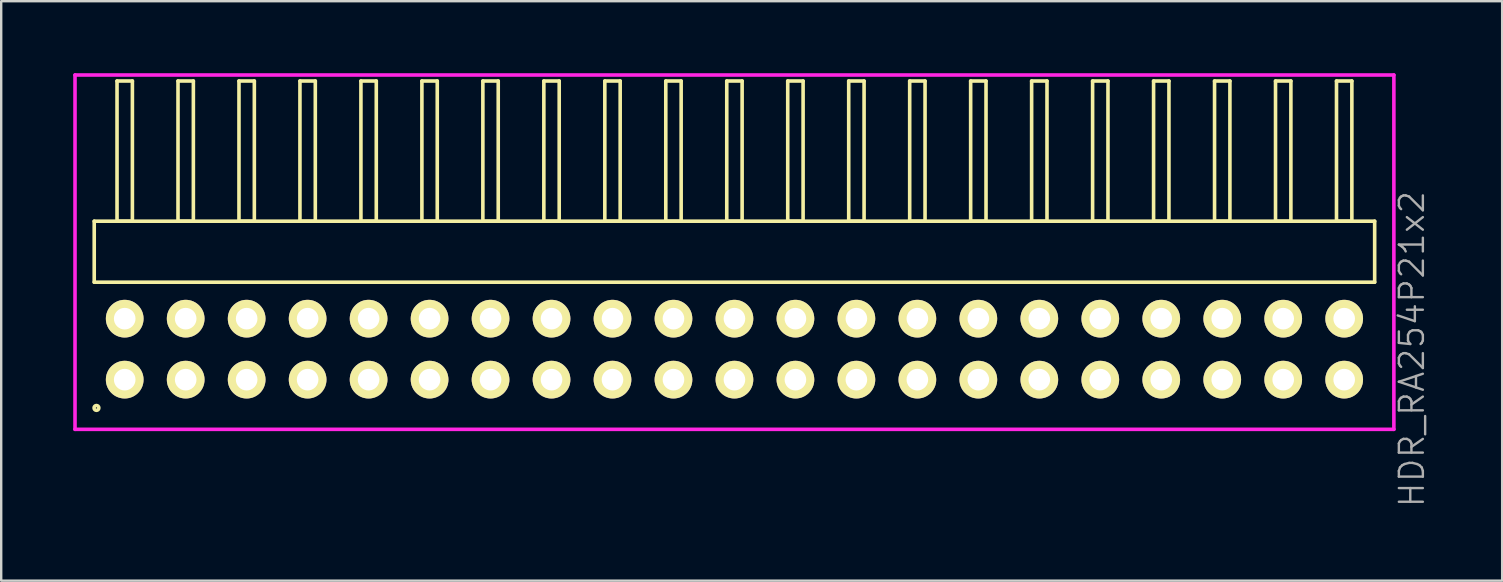
<source format=kicad_pcb>
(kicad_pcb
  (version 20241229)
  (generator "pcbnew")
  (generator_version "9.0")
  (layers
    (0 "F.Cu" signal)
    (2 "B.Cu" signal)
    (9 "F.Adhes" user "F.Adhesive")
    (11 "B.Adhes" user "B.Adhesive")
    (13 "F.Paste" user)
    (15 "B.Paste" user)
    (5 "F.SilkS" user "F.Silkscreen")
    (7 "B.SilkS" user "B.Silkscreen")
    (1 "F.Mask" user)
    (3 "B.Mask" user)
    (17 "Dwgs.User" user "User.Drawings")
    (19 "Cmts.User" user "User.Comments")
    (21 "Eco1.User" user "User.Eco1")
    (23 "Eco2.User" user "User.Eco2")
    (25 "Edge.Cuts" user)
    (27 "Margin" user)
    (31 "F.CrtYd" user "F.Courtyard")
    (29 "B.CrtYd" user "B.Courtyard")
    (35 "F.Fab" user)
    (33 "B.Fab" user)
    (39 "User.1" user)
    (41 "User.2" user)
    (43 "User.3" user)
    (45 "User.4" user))
  (footprint "HDR_RA254P21x2"
    (layer "F.Cu")
    (at 27.545 11.495)
    (property "Reference" "HDR_RA254P21x2" (at 28.22 0 90) (layer "F.Fab") (effects (font (size 1 1) (thickness 0.1))))
    (attr through_hole)
    (fp_line (start -26.67 -5.33) (end -26.67 -2.79) (stroke (width 0.15) (type solid)) (layer "F.SilkS"))
    (fp_line (start -26.67 -2.79) (end 26.67 -2.79) (stroke (width 0.15) (type solid)) (layer "F.SilkS"))
    (fp_line (start -25.72 -11.17) (end -25.72 -5.33) (stroke (width 0.15) (type solid)) (layer "F.SilkS"))
    (fp_line (start -25.72 -5.33) (end -25.08 -5.33) (stroke (width 0.15) (type solid)) (layer "F.SilkS"))
    (fp_line (start -25.08 -11.17) (end -25.72 -11.17) (stroke (width 0.15) (type solid)) (layer "F.SilkS"))
    (fp_line (start -25.08 -5.33) (end -25.08 -11.17) (stroke (width 0.15) (type solid)) (layer "F.SilkS"))
    (fp_line (start -23.18 -11.17) (end -23.18 -5.33) (stroke (width 0.15) (type solid)) (layer "F.SilkS"))
    (fp_line (start -23.18 -5.33) (end -22.54 -5.33) (stroke (width 0.15) (type solid)) (layer "F.SilkS"))
    (fp_line (start -22.54 -11.17) (end -23.18 -11.17) (stroke (width 0.15) (type solid)) (layer "F.SilkS"))
    (fp_line (start -22.54 -5.33) (end -22.54 -11.17) (stroke (width 0.15) (type solid)) (layer "F.SilkS"))
    (fp_line (start -20.64 -11.17) (end -20.64 -5.33) (stroke (width 0.15) (type solid)) (layer "F.SilkS"))
    (fp_line (start -20.64 -5.33) (end -20 -5.33) (stroke (width 0.15) (type solid)) (layer "F.SilkS"))
    (fp_line (start -20 -11.17) (end -20.64 -11.17) (stroke (width 0.15) (type solid)) (layer "F.SilkS"))
    (fp_line (start -20 -5.33) (end -20 -11.17) (stroke (width 0.15) (type solid)) (layer "F.SilkS"))
    (fp_line (start -18.1 -11.17) (end -18.1 -5.33) (stroke (width 0.15) (type solid)) (layer "F.SilkS"))
    (fp_line (start -18.1 -5.33) (end -17.46 -5.33) (stroke (width 0.15) (type solid)) (layer "F.SilkS"))
    (fp_line (start -17.46 -11.17) (end -18.1 -11.17) (stroke (width 0.15) (type solid)) (layer "F.SilkS"))
    (fp_line (start -17.46 -5.33) (end -17.46 -11.17) (stroke (width 0.15) (type solid)) (layer "F.SilkS"))
    (fp_line (start -15.56 -11.17) (end -15.56 -5.33) (stroke (width 0.15) (type solid)) (layer "F.SilkS"))
    (fp_line (start -15.56 -5.33) (end -14.92 -5.33) (stroke (width 0.15) (type solid)) (layer "F.SilkS"))
    (fp_line (start -14.92 -11.17) (end -15.56 -11.17) (stroke (width 0.15) (type solid)) (layer "F.SilkS"))
    (fp_line (start -14.92 -5.33) (end -14.92 -11.17) (stroke (width 0.15) (type solid)) (layer "F.SilkS"))
    (fp_line (start -13.02 -11.17) (end -13.02 -5.33) (stroke (width 0.15) (type solid)) (layer "F.SilkS"))
    (fp_line (start -13.02 -5.33) (end -12.38 -5.33) (stroke (width 0.15) (type solid)) (layer "F.SilkS"))
    (fp_line (start -12.38 -11.17) (end -13.02 -11.17) (stroke (width 0.15) (type solid)) (layer "F.SilkS"))
    (fp_line (start -12.38 -5.33) (end -12.38 -11.17) (stroke (width 0.15) (type solid)) (layer "F.SilkS"))
    (fp_line (start -10.48 -11.17) (end -10.48 -5.33) (stroke (width 0.15) (type solid)) (layer "F.SilkS"))
    (fp_line (start -10.48 -5.33) (end -9.84 -5.33) (stroke (width 0.15) (type solid)) (layer "F.SilkS"))
    (fp_line (start -9.84 -11.17) (end -10.48 -11.17) (stroke (width 0.15) (type solid)) (layer "F.SilkS"))
    (fp_line (start -9.84 -5.33) (end -9.84 -11.17) (stroke (width 0.15) (type solid)) (layer "F.SilkS"))
    (fp_line (start -7.94 -11.17) (end -7.94 -5.33) (stroke (width 0.15) (type solid)) (layer "F.SilkS"))
    (fp_line (start -7.94 -5.33) (end -7.3 -5.33) (stroke (width 0.15) (type solid)) (layer "F.SilkS"))
    (fp_line (start -7.3 -11.17) (end -7.94 -11.17) (stroke (width 0.15) (type solid)) (layer "F.SilkS"))
    (fp_line (start -7.3 -5.33) (end -7.3 -11.17) (stroke (width 0.15) (type solid)) (layer "F.SilkS"))
    (fp_line (start -5.4 -11.17) (end -5.4 -5.33) (stroke (width 0.15) (type solid)) (layer "F.SilkS"))
    (fp_line (start -5.4 -5.33) (end -4.76 -5.33) (stroke (width 0.15) (type solid)) (layer "F.SilkS"))
    (fp_line (start -4.76 -11.17) (end -5.4 -11.17) (stroke (width 0.15) (type solid)) (layer "F.SilkS"))
    (fp_line (start -4.76 -5.33) (end -4.76 -11.17) (stroke (width 0.15) (type solid)) (layer "F.SilkS"))
    (fp_line (start -2.86 -11.17) (end -2.86 -5.33) (stroke (width 0.15) (type solid)) (layer "F.SilkS"))
    (fp_line (start -2.86 -5.33) (end -2.22 -5.33) (stroke (width 0.15) (type solid)) (layer "F.SilkS"))
    (fp_line (start -2.22 -11.17) (end -2.86 -11.17) (stroke (width 0.15) (type solid)) (layer "F.SilkS"))
    (fp_line (start -2.22 -5.33) (end -2.22 -11.17) (stroke (width 0.15) (type solid)) (layer "F.SilkS"))
    (fp_line (start -0.32 -11.17) (end -0.32 -5.33) (stroke (width 0.15) (type solid)) (layer "F.SilkS"))
    (fp_line (start -0.32 -5.33) (end 0.32 -5.33) (stroke (width 0.15) (type solid)) (layer "F.SilkS"))
    (fp_line (start 0.32 -11.17) (end -0.32 -11.17) (stroke (width 0.15) (type solid)) (layer "F.SilkS"))
    (fp_line (start 0.32 -5.33) (end 0.32 -11.17) (stroke (width 0.15) (type solid)) (layer "F.SilkS"))
    (fp_line (start 2.22 -11.17) (end 2.22 -5.33) (stroke (width 0.15) (type solid)) (layer "F.SilkS"))
    (fp_line (start 2.22 -5.33) (end 2.86 -5.33) (stroke (width 0.15) (type solid)) (layer "F.SilkS"))
    (fp_line (start 2.86 -11.17) (end 2.22 -11.17) (stroke (width 0.15) (type solid)) (layer "F.SilkS"))
    (fp_line (start 2.86 -5.33) (end 2.86 -11.17) (stroke (width 0.15) (type solid)) (layer "F.SilkS"))
    (fp_line (start 4.76 -11.17) (end 4.76 -5.33) (stroke (width 0.15) (type solid)) (layer "F.SilkS"))
    (fp_line (start 4.76 -5.33) (end 5.4 -5.33) (stroke (width 0.15) (type solid)) (layer "F.SilkS"))
    (fp_line (start 5.4 -11.17) (end 4.76 -11.17) (stroke (width 0.15) (type solid)) (layer "F.SilkS"))
    (fp_line (start 5.4 -5.33) (end 5.4 -11.17) (stroke (width 0.15) (type solid)) (layer "F.SilkS"))
    (fp_line (start 7.3 -11.17) (end 7.3 -5.33) (stroke (width 0.15) (type solid)) (layer "F.SilkS"))
    (fp_line (start 7.3 -5.33) (end 7.94 -5.33) (stroke (width 0.15) (type solid)) (layer "F.SilkS"))
    (fp_line (start 7.94 -11.17) (end 7.3 -11.17) (stroke (width 0.15) (type solid)) (layer "F.SilkS"))
    (fp_line (start 7.94 -5.33) (end 7.94 -11.17) (stroke (width 0.15) (type solid)) (layer "F.SilkS"))
    (fp_line (start 9.84 -11.17) (end 9.84 -5.33) (stroke (width 0.15) (type solid)) (layer "F.SilkS"))
    (fp_line (start 9.84 -5.33) (end 10.48 -5.33) (stroke (width 0.15) (type solid)) (layer "F.SilkS"))
    (fp_line (start 10.48 -11.17) (end 9.84 -11.17) (stroke (width 0.15) (type solid)) (layer "F.SilkS"))
    (fp_line (start 10.48 -5.33) (end 10.48 -11.17) (stroke (width 0.15) (type solid)) (layer "F.SilkS"))
    (fp_line (start 12.38 -11.17) (end 12.38 -5.33) (stroke (width 0.15) (type solid)) (layer "F.SilkS"))
    (fp_line (start 12.38 -5.33) (end 13.02 -5.33) (stroke (width 0.15) (type solid)) (layer "F.SilkS"))
    (fp_line (start 13.02 -11.17) (end 12.38 -11.17) (stroke (width 0.15) (type solid)) (layer "F.SilkS"))
    (fp_line (start 13.02 -5.33) (end 13.02 -11.17) (stroke (width 0.15) (type solid)) (layer "F.SilkS"))
    (fp_line (start 14.92 -11.17) (end 14.92 -5.33) (stroke (width 0.15) (type solid)) (layer "F.SilkS"))
    (fp_line (start 14.92 -5.33) (end 15.56 -5.33) (stroke (width 0.15) (type solid)) (layer "F.SilkS"))
    (fp_line (start 15.56 -11.17) (end 14.92 -11.17) (stroke (width 0.15) (type solid)) (layer "F.SilkS"))
    (fp_line (start 15.56 -5.33) (end 15.56 -11.17) (stroke (width 0.15) (type solid)) (layer "F.SilkS"))
    (fp_line (start 17.46 -11.17) (end 17.46 -5.33) (stroke (width 0.15) (type solid)) (layer "F.SilkS"))
    (fp_line (start 17.46 -5.33) (end 18.1 -5.33) (stroke (width 0.15) (type solid)) (layer "F.SilkS"))
    (fp_line (start 18.1 -11.17) (end 17.46 -11.17) (stroke (width 0.15) (type solid)) (layer "F.SilkS"))
    (fp_line (start 18.1 -5.33) (end 18.1 -11.17) (stroke (width 0.15) (type solid)) (layer "F.SilkS"))
    (fp_line (start 20 -11.17) (end 20 -5.33) (stroke (width 0.15) (type solid)) (layer "F.SilkS"))
    (fp_line (start 20 -5.33) (end 20.64 -5.33) (stroke (width 0.15) (type solid)) (layer "F.SilkS"))
    (fp_line (start 20.64 -11.17) (end 20 -11.17) (stroke (width 0.15) (type solid)) (layer "F.SilkS"))
    (fp_line (start 20.64 -5.33) (end 20.64 -11.17) (stroke (width 0.15) (type solid)) (layer "F.SilkS"))
    (fp_line (start 22.54 -11.17) (end 22.54 -5.33) (stroke (width 0.15) (type solid)) (layer "F.SilkS"))
    (fp_line (start 22.54 -5.33) (end 23.18 -5.33) (stroke (width 0.15) (type solid)) (layer "F.SilkS"))
    (fp_line (start 23.18 -11.17) (end 22.54 -11.17) (stroke (width 0.15) (type solid)) (layer "F.SilkS"))
    (fp_line (start 23.18 -5.33) (end 23.18 -11.17) (stroke (width 0.15) (type solid)) (layer "F.SilkS"))
    (fp_line (start 25.08 -11.17) (end 25.08 -5.33) (stroke (width 0.15) (type solid)) (layer "F.SilkS"))
    (fp_line (start 25.08 -5.33) (end 25.72 -5.33) (stroke (width 0.15) (type solid)) (layer "F.SilkS"))
    (fp_line (start 25.72 -11.17) (end 25.08 -11.17) (stroke (width 0.15) (type solid)) (layer "F.SilkS"))
    (fp_line (start 25.72 -5.33) (end 25.72 -11.17) (stroke (width 0.15) (type solid)) (layer "F.SilkS"))
    (fp_line (start 26.67 -5.33) (end -26.67 -5.33) (stroke (width 0.15) (type solid)) (layer "F.SilkS"))
    (fp_line (start 26.67 -2.79) (end 26.67 -5.33) (stroke (width 0.15) (type solid)) (layer "F.SilkS"))
    (fp_circle (center -26.577 2.448) (end -26.477 2.448) (stroke (width 0.15) (type solid)) (fill no) (layer "F.SilkS"))
    (fp_line (start -27.47 -11.42) (end -27.47 3.34) (stroke (width 0.15) (type solid)) (layer "F.CrtYd"))
    (fp_line (start -27.47 3.34) (end 27.47 3.34) (stroke (width 0.15) (type solid)) (layer "F.CrtYd"))
    (fp_line (start 27.47 -11.42) (end -27.47 -11.42) (stroke (width 0.15) (type solid)) (layer "F.CrtYd"))
    (fp_line (start 27.47 3.34) (end 27.47 -11.42) (stroke (width 0.15) (type solid)) (layer "F.CrtYd"))
    (pad "1" thru_hole oval (at -25.4 1.27) (size 1.57 1.57) (drill 0.9) (layers "*.Cu" "*.Mask" "F.SilkS"))
    (pad "2" thru_hole oval (at -25.4 -1.27) (size 1.57 1.57) (drill 0.9) (layers "*.Cu" "*.Mask" "F.SilkS"))
    (pad "3" thru_hole oval (at -22.86 1.27) (size 1.57 1.57) (drill 0.9) (layers "*.Cu" "*.Mask" "F.SilkS"))
    (pad "4" thru_hole oval (at -22.86 -1.27) (size 1.57 1.57) (drill 0.9) (layers "*.Cu" "*.Mask" "F.SilkS"))
    (pad "5" thru_hole oval (at -20.32 1.27) (size 1.57 1.57) (drill 0.9) (layers "*.Cu" "*.Mask" "F.SilkS"))
    (pad "6" thru_hole oval (at -20.32 -1.27) (size 1.57 1.57) (drill 0.9) (layers "*.Cu" "*.Mask" "F.SilkS"))
    (pad "7" thru_hole oval (at -17.78 1.27) (size 1.57 1.57) (drill 0.9) (layers "*.Cu" "*.Mask" "F.SilkS"))
    (pad "8" thru_hole oval (at -17.78 -1.27) (size 1.57 1.57) (drill 0.9) (layers "*.Cu" "*.Mask" "F.SilkS"))
    (pad "9" thru_hole oval (at -15.24 1.27) (size 1.57 1.57) (drill 0.9) (layers "*.Cu" "*.Mask" "F.SilkS"))
    (pad "10" thru_hole oval (at -15.24 -1.27) (size 1.57 1.57) (drill 0.9) (layers "*.Cu" "*.Mask" "F.SilkS"))
    (pad "11" thru_hole oval (at -12.7 1.27) (size 1.57 1.57) (drill 0.9) (layers "*.Cu" "*.Mask" "F.SilkS"))
    (pad "12" thru_hole oval (at -12.7 -1.27) (size 1.57 1.57) (drill 0.9) (layers "*.Cu" "*.Mask" "F.SilkS"))
    (pad "13" thru_hole oval (at -10.16 1.27) (size 1.57 1.57) (drill 0.9) (layers "*.Cu" "*.Mask" "F.SilkS"))
    (pad "14" thru_hole oval (at -10.16 -1.27) (size 1.57 1.57) (drill 0.9) (layers "*.Cu" "*.Mask" "F.SilkS"))
    (pad "15" thru_hole oval (at -7.62 1.27) (size 1.57 1.57) (drill 0.9) (layers "*.Cu" "*.Mask" "F.SilkS"))
    (pad "16" thru_hole oval (at -7.62 -1.27) (size 1.57 1.57) (drill 0.9) (layers "*.Cu" "*.Mask" "F.SilkS"))
    (pad "17" thru_hole oval (at -5.08 1.27) (size 1.57 1.57) (drill 0.9) (layers "*.Cu" "*.Mask" "F.SilkS"))
    (pad "18" thru_hole oval (at -5.08 -1.27) (size 1.57 1.57) (drill 0.9) (layers "*.Cu" "*.Mask" "F.SilkS"))
    (pad "19" thru_hole oval (at -2.54 1.27) (size 1.57 1.57) (drill 0.9) (layers "*.Cu" "*.Mask" "F.SilkS"))
    (pad "20" thru_hole oval (at -2.54 -1.27) (size 1.57 1.57) (drill 0.9) (layers "*.Cu" "*.Mask" "F.SilkS"))
    (pad "21" thru_hole oval (at 0 1.27) (size 1.57 1.57) (drill 0.9) (layers "*.Cu" "*.Mask" "F.SilkS"))
    (pad "22" thru_hole oval (at 0 -1.27) (size 1.57 1.57) (drill 0.9) (layers "*.Cu" "*.Mask" "F.SilkS"))
    (pad "23" thru_hole oval (at 2.54 1.27) (size 1.57 1.57) (drill 0.9) (layers "*.Cu" "*.Mask" "F.SilkS"))
    (pad "24" thru_hole oval (at 2.54 -1.27) (size 1.57 1.57) (drill 0.9) (layers "*.Cu" "*.Mask" "F.SilkS"))
    (pad "25" thru_hole oval (at 5.08 1.27) (size 1.57 1.57) (drill 0.9) (layers "*.Cu" "*.Mask" "F.SilkS"))
    (pad "26" thru_hole oval (at 5.08 -1.27) (size 1.57 1.57) (drill 0.9) (layers "*.Cu" "*.Mask" "F.SilkS"))
    (pad "27" thru_hole oval (at 7.62 1.27) (size 1.57 1.57) (drill 0.9) (layers "*.Cu" "*.Mask" "F.SilkS"))
    (pad "28" thru_hole oval (at 7.62 -1.27) (size 1.57 1.57) (drill 0.9) (layers "*.Cu" "*.Mask" "F.SilkS"))
    (pad "29" thru_hole oval (at 10.16 1.27) (size 1.57 1.57) (drill 0.9) (layers "*.Cu" "*.Mask" "F.SilkS"))
    (pad "30" thru_hole oval (at 10.16 -1.27) (size 1.57 1.57) (drill 0.9) (layers "*.Cu" "*.Mask" "F.SilkS"))
    (pad "31" thru_hole oval (at 12.7 1.27) (size 1.57 1.57) (drill 0.9) (layers "*.Cu" "*.Mask" "F.SilkS"))
    (pad "32" thru_hole oval (at 12.7 -1.27) (size 1.57 1.57) (drill 0.9) (layers "*.Cu" "*.Mask" "F.SilkS"))
    (pad "33" thru_hole oval (at 15.24 1.27) (size 1.57 1.57) (drill 0.9) (layers "*.Cu" "*.Mask" "F.SilkS"))
    (pad "34" thru_hole oval (at 15.24 -1.27) (size 1.57 1.57) (drill 0.9) (layers "*.Cu" "*.Mask" "F.SilkS"))
    (pad "35" thru_hole oval (at 17.78 1.27) (size 1.57 1.57) (drill 0.9) (layers "*.Cu" "*.Mask" "F.SilkS"))
    (pad "36" thru_hole oval (at 17.78 -1.27) (size 1.57 1.57) (drill 0.9) (layers "*.Cu" "*.Mask" "F.SilkS"))
    (pad "37" thru_hole oval (at 20.32 1.27) (size 1.57 1.57) (drill 0.9) (layers "*.Cu" "*.Mask" "F.SilkS"))
    (pad "38" thru_hole oval (at 20.32 -1.27) (size 1.57 1.57) (drill 0.9) (layers "*.Cu" "*.Mask" "F.SilkS"))
    (pad "39" thru_hole oval (at 22.86 1.27) (size 1.57 1.57) (drill 0.9) (layers "*.Cu" "*.Mask" "F.SilkS"))
    (pad "40" thru_hole oval (at 22.86 -1.27) (size 1.57 1.57) (drill 0.9) (layers "*.Cu" "*.Mask" "F.SilkS"))
    (pad "41" thru_hole oval (at 25.4 1.27) (size 1.57 1.57) (drill 0.9) (layers "*.Cu" "*.Mask" "F.SilkS"))
    (pad "42" thru_hole oval (at 25.4 -1.27) (size 1.57 1.57) (drill 0.9) (layers "*.Cu" "*.Mask" "F.SilkS")))
  (gr_rect
    (start -3 -3)
    (end 59.526 21.14)
    (stroke (width 0.1) (type default))
    (fill no)
    (layer "Edge.Cuts")))
</source>
